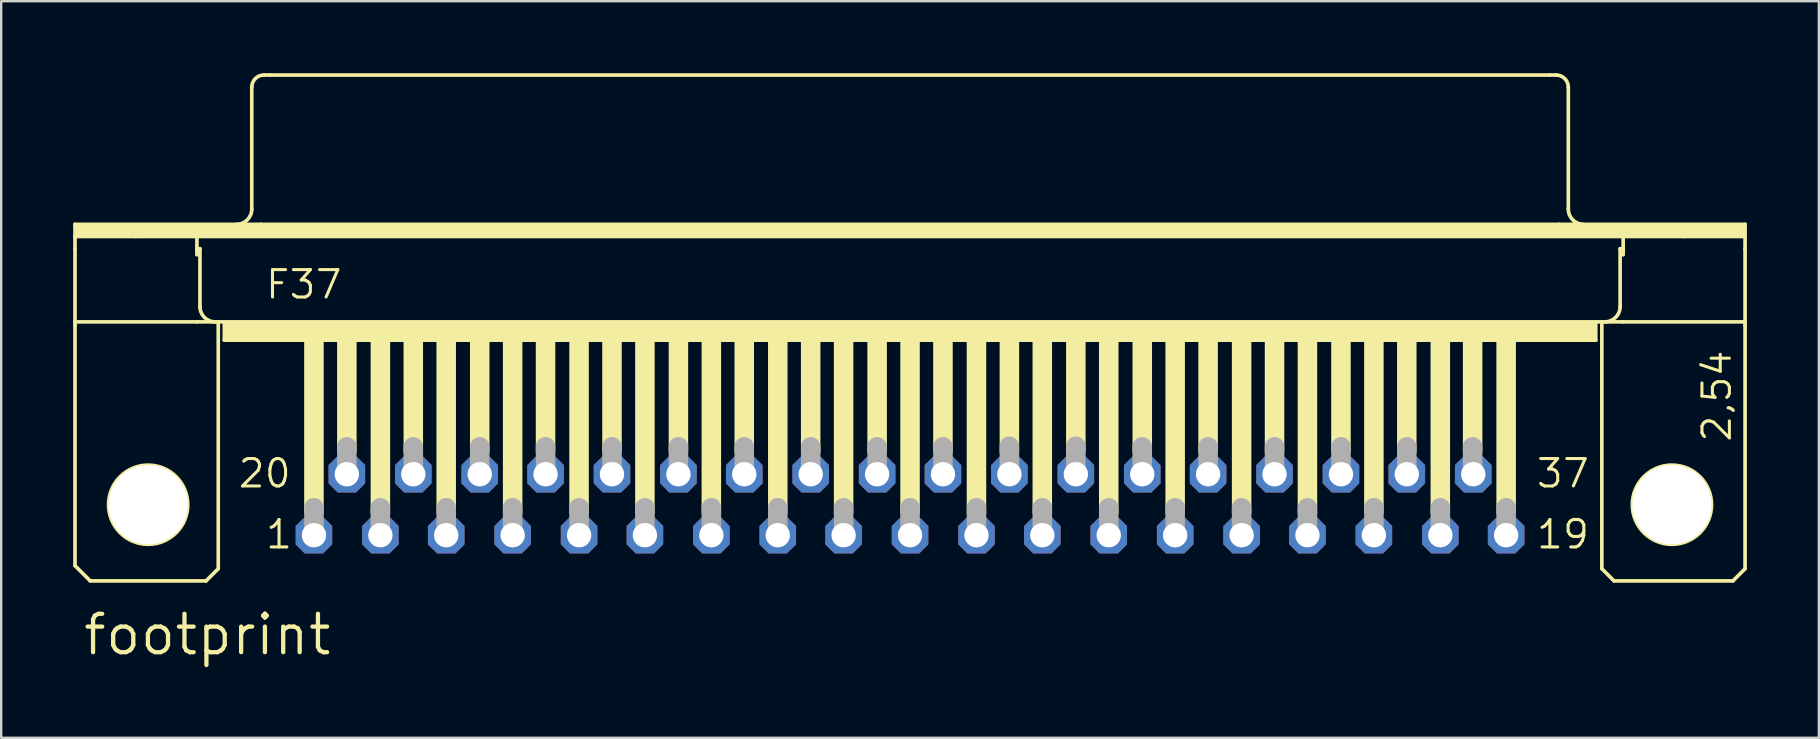
<source format=kicad_pcb>
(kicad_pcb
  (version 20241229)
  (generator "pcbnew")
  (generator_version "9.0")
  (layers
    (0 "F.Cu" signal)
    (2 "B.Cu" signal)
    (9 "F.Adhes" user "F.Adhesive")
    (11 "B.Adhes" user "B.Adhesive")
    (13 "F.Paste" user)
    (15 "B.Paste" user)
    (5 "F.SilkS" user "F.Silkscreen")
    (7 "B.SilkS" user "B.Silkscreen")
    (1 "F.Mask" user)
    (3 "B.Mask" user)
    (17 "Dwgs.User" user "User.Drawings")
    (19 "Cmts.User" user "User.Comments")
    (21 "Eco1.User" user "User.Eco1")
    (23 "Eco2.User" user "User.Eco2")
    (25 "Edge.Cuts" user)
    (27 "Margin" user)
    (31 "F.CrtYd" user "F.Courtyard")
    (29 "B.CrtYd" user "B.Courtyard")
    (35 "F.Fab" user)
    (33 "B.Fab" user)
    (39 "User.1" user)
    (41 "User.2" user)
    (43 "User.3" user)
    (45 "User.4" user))
  (footprint "footprint"
    (layer "F.Cu")
    (at 34.874 17.983)
    (property "Reference" "footprint" (at -34.544 6.35 0) (layer "F.SilkS") (effects (font (size 1.6 1.6) (thickness 0.178)) (justify left bottom)))
    (fp_line (start -34.798 -11.684) (end -27.051 -11.684) (stroke (width 0.152) (type solid)) (layer "F.SilkS"))
    (fp_line (start -34.798 -11.176) (end -34.798 -11.684) (stroke (width 0.152) (type solid)) (layer "F.SilkS"))
    (fp_line (start -34.798 -11.176) (end -32.258 -11.176) (stroke (width 0.152) (type solid)) (layer "F.SilkS"))
    (fp_line (start -34.798 -10.668) (end -34.798 -11.176) (stroke (width 0.152) (type solid)) (layer "F.SilkS"))
    (fp_line (start -34.798 -7.62) (end -34.798 -10.668) (stroke (width 0.152) (type solid)) (layer "F.SilkS"))
    (fp_line (start -34.798 -7.62) (end -34.798 -7.493) (stroke (width 0.152) (type solid)) (layer "F.SilkS"))
    (fp_line (start -34.798 -7.62) (end -29.718 -7.62) (stroke (width 0.152) (type solid)) (layer "F.SilkS"))
    (fp_line (start -34.798 2.54) (end -34.798 -7.493) (stroke (width 0.152) (type solid)) (layer "F.SilkS"))
    (fp_line (start -34.163 3.175) (end -34.798 2.54) (stroke (width 0.152) (type solid)) (layer "F.SilkS"))
    (fp_line (start -32.258 -11.176) (end -29.718 -11.176) (stroke (width 0.152) (type solid)) (layer "F.SilkS"))
    (fp_line (start -29.718 -11.176) (end 29.718 -11.176) (stroke (width 0.152) (type solid)) (layer "F.SilkS"))
    (fp_line (start -29.718 -10.668) (end -29.718 -11.176) (stroke (width 0.152) (type solid)) (layer "F.SilkS"))
    (fp_line (start -29.718 -10.668) (end -29.591 -10.668) (stroke (width 0.152) (type solid)) (layer "F.SilkS"))
    (fp_line (start -29.718 -10.414) (end -29.718 -10.668) (stroke (width 0.152) (type solid)) (layer "F.SilkS"))
    (fp_line (start -29.718 -7.62) (end -28.829 -7.62) (stroke (width 0.152) (type solid)) (layer "F.SilkS"))
    (fp_line (start -29.591 -8.255) (end -29.591 -10.668) (stroke (width 0.152) (type solid)) (layer "F.SilkS"))
    (fp_line (start -29.337 3.175) (end -34.163 3.175) (stroke (width 0.152) (type solid)) (layer "F.SilkS"))
    (fp_line (start -29.337 3.175) (end -28.829 2.667) (stroke (width 0.152) (type solid)) (layer "F.SilkS"))
    (fp_line (start -28.829 -7.62) (end -28.575 -7.62) (stroke (width 0.152) (type solid)) (layer "F.SilkS"))
    (fp_line (start -28.829 2.667) (end -28.829 -7.62) (stroke (width 0.152) (type solid)) (layer "F.SilkS"))
    (fp_line (start -28.575 -7.62) (end -28.575 -6.858) (stroke (width 0.152) (type solid)) (layer "F.SilkS"))
    (fp_line (start -28.575 -7.62) (end 28.575 -7.62) (stroke (width 0.152) (type solid)) (layer "F.SilkS"))
    (fp_line (start -28.575 -6.858) (end 28.575 -6.858) (stroke (width 0.152) (type solid)) (layer "F.SilkS"))
    (fp_line (start -27.432 -12.319) (end -27.432 -17.399) (stroke (width 0.152) (type solid)) (layer "F.SilkS"))
    (fp_line (start -27.051 -11.684) (end 27.051 -11.684) (stroke (width 0.152) (type solid)) (layer "F.SilkS"))
    (fp_line (start -26.924 -17.907) (end -26.67 -17.907) (stroke (width 0.152) (type solid)) (layer "F.SilkS"))
    (fp_line (start -26.67 -17.907) (end 26.67 -17.907) (stroke (width 0.152) (type solid)) (layer "F.SilkS"))
    (fp_line (start 26.67 -17.907) (end 26.924 -17.907) (stroke (width 0.152) (type solid)) (layer "F.SilkS"))
    (fp_line (start 27.051 -11.684) (end 34.798 -11.684) (stroke (width 0.152) (type solid)) (layer "F.SilkS"))
    (fp_line (start 27.432 -12.319) (end 27.432 -17.399) (stroke (width 0.152) (type solid)) (layer "F.SilkS"))
    (fp_line (start 28.575 -7.62) (end 28.575 -6.858) (stroke (width 0.152) (type solid)) (layer "F.SilkS"))
    (fp_line (start 28.575 -7.62) (end 28.829 -7.62) (stroke (width 0.152) (type solid)) (layer "F.SilkS"))
    (fp_line (start 28.829 -7.62) (end 29.718 -7.62) (stroke (width 0.152) (type solid)) (layer "F.SilkS"))
    (fp_line (start 28.829 2.667) (end 28.829 -7.62) (stroke (width 0.152) (type solid)) (layer "F.SilkS"))
    (fp_line (start 28.829 2.667) (end 29.337 3.175) (stroke (width 0.152) (type solid)) (layer "F.SilkS"))
    (fp_line (start 29.337 3.175) (end 34.29 3.175) (stroke (width 0.152) (type solid)) (layer "F.SilkS"))
    (fp_line (start 29.591 -10.668) (end 29.718 -10.668) (stroke (width 0.152) (type solid)) (layer "F.SilkS"))
    (fp_line (start 29.591 -8.255) (end 29.591 -10.668) (stroke (width 0.152) (type solid)) (layer "F.SilkS"))
    (fp_line (start 29.718 -11.176) (end 32.258 -11.176) (stroke (width 0.152) (type solid)) (layer "F.SilkS"))
    (fp_line (start 29.718 -10.668) (end 29.718 -11.176) (stroke (width 0.152) (type solid)) (layer "F.SilkS"))
    (fp_line (start 29.718 -10.414) (end 29.718 -10.668) (stroke (width 0.152) (type solid)) (layer "F.SilkS"))
    (fp_line (start 29.718 -7.62) (end 34.798 -7.62) (stroke (width 0.152) (type solid)) (layer "F.SilkS"))
    (fp_line (start 32.258 -11.176) (end 34.798 -11.176) (stroke (width 0.152) (type solid)) (layer "F.SilkS"))
    (fp_line (start 34.29 3.175) (end 34.798 2.667) (stroke (width 0.152) (type solid)) (layer "F.SilkS"))
    (fp_line (start 34.798 -11.684) (end 34.798 -11.176) (stroke (width 0.152) (type solid)) (layer "F.SilkS"))
    (fp_line (start 34.798 -11.176) (end 34.798 -10.668) (stroke (width 0.152) (type solid)) (layer "F.SilkS"))
    (fp_line (start 34.798 -10.668) (end 34.798 -7.62) (stroke (width 0.152) (type solid)) (layer "F.SilkS"))
    (fp_line (start 34.798 -7.62) (end 34.798 -7.493) (stroke (width 0.152) (type solid)) (layer "F.SilkS"))
    (fp_line (start 34.798 2.667) (end 34.798 -7.493) (stroke (width 0.152) (type solid)) (layer "F.SilkS"))
    (fp_arc (start -28.956 -7.62) (mid -29.405013 -7.805987) (end -29.591 -8.255) (stroke (width 0.1524) (type solid)) (layer "F.SilkS"))
    (fp_arc (start -27.432 -17.399) (mid -27.28321 -17.75821) (end -26.924 -17.907) (stroke (width 0.1524) (type solid)) (layer "F.SilkS"))
    (fp_arc (start -27.432 -12.319) (mid -27.617987 -11.869987) (end -28.067 -11.684) (stroke (width 0.1524) (type solid)) (layer "F.SilkS"))
    (fp_arc (start 26.924 -17.907) (mid 27.28321 -17.75821) (end 27.432 -17.399) (stroke (width 0.1524) (type solid)) (layer "F.SilkS"))
    (fp_arc (start 28.067 -11.684) (mid 27.617987 -11.869987) (end 27.432 -12.319) (stroke (width 0.1524) (type solid)) (layer "F.SilkS"))
    (fp_arc (start 29.591 -8.255) (mid 29.405013 -7.805987) (end 28.956 -7.62) (stroke (width 0.1524) (type solid)) (layer "F.SilkS"))
    (fp_circle (center -31.75 0) (end -30.099 0) (stroke (width 0.152) (type solid)) (fill no) (layer "F.SilkS"))
    (fp_circle (center 31.75 0) (end 33.401 0) (stroke (width 0.152) (type solid)) (fill no) (layer "F.SilkS"))
    (fp_poly (pts (xy -34.798 -11.176) (xy 34.798 -11.176) (xy 34.798 -11.684) (xy -34.798 -11.684)) (stroke (width 0) (type solid)) (fill yes) (layer "F.SilkS"))
    (fp_poly (pts (xy -28.575 -6.858) (xy 28.575 -6.858) (xy 28.575 -7.62) (xy -28.575 -7.62)) (stroke (width 0) (type solid)) (fill yes) (layer "F.SilkS"))
    (fp_poly (pts (xy -25.248 0.381) (xy -24.435 0.381) (xy -24.435 -6.858) (xy -25.248 -6.858)) (stroke (width 0) (type solid)) (fill yes) (layer "F.SilkS"))
    (fp_poly (pts (xy -23.876 -2.159) (xy -23.063 -2.159) (xy -23.063 -6.858) (xy -23.876 -6.858)) (stroke (width 0) (type solid)) (fill yes) (layer "F.SilkS"))
    (fp_poly (pts (xy -22.479 0.381) (xy -21.666 0.381) (xy -21.666 -6.858) (xy -22.479 -6.858)) (stroke (width 0) (type solid)) (fill yes) (layer "F.SilkS"))
    (fp_poly (pts (xy -21.107 -2.159) (xy -20.295 -2.159) (xy -20.295 -6.858) (xy -21.107 -6.858)) (stroke (width 0) (type solid)) (fill yes) (layer "F.SilkS"))
    (fp_poly (pts (xy -19.736 0.381) (xy -18.923 0.381) (xy -18.923 -6.858) (xy -19.736 -6.858)) (stroke (width 0) (type solid)) (fill yes) (layer "F.SilkS"))
    (fp_poly (pts (xy -18.339 -2.159) (xy -17.526 -2.159) (xy -17.526 -6.858) (xy -18.339 -6.858)) (stroke (width 0) (type solid)) (fill yes) (layer "F.SilkS"))
    (fp_poly (pts (xy -16.967 0.381) (xy -16.154 0.381) (xy -16.154 -6.858) (xy -16.967 -6.858)) (stroke (width 0) (type solid)) (fill yes) (layer "F.SilkS"))
    (fp_poly (pts (xy -15.596 -2.159) (xy -14.783 -2.159) (xy -14.783 -6.858) (xy -15.596 -6.858)) (stroke (width 0) (type solid)) (fill yes) (layer "F.SilkS"))
    (fp_poly (pts (xy -14.199 0.381) (xy -13.386 0.381) (xy -13.386 -6.858) (xy -14.199 -6.858)) (stroke (width 0) (type solid)) (fill yes) (layer "F.SilkS"))
    (fp_poly (pts (xy -12.827 -2.159) (xy -12.014 -2.159) (xy -12.014 -6.858) (xy -12.827 -6.858)) (stroke (width 0) (type solid)) (fill yes) (layer "F.SilkS"))
    (fp_poly (pts (xy -11.455 0.381) (xy -10.643 0.381) (xy -10.643 -6.858) (xy -11.455 -6.858)) (stroke (width 0) (type solid)) (fill yes) (layer "F.SilkS"))
    (fp_poly (pts (xy -10.058 -2.159) (xy -9.246 -2.159) (xy -9.246 -6.858) (xy -10.058 -6.858)) (stroke (width 0) (type solid)) (fill yes) (layer "F.SilkS"))
    (fp_poly (pts (xy -8.687 0.381) (xy -7.874 0.381) (xy -7.874 -6.858) (xy -8.687 -6.858)) (stroke (width 0) (type solid)) (fill yes) (layer "F.SilkS"))
    (fp_poly (pts (xy -7.315 -2.159) (xy -6.502 -2.159) (xy -6.502 -6.858) (xy -7.315 -6.858)) (stroke (width 0) (type solid)) (fill yes) (layer "F.SilkS"))
    (fp_poly (pts (xy -5.918 0.381) (xy -5.105 0.381) (xy -5.105 -6.858) (xy -5.918 -6.858)) (stroke (width 0) (type solid)) (fill yes) (layer "F.SilkS"))
    (fp_poly (pts (xy -4.547 -2.159) (xy -3.734 -2.159) (xy -3.734 -6.858) (xy -4.547 -6.858)) (stroke (width 0) (type solid)) (fill yes) (layer "F.SilkS"))
    (fp_poly (pts (xy -3.175 0.381) (xy -2.362 0.381) (xy -2.362 -6.858) (xy -3.175 -6.858)) (stroke (width 0) (type solid)) (fill yes) (layer "F.SilkS"))
    (fp_poly (pts (xy -1.778 -2.159) (xy -0.965 -2.159) (xy -0.965 -6.858) (xy -1.778 -6.858)) (stroke (width 0) (type solid)) (fill yes) (layer "F.SilkS"))
    (fp_poly (pts (xy -0.406 0.381) (xy 0.406 0.381) (xy 0.406 -6.858) (xy -0.406 -6.858)) (stroke (width 0) (type solid)) (fill yes) (layer "F.SilkS"))
    (fp_poly (pts (xy 0.965 -2.159) (xy 1.778 -2.159) (xy 1.778 -6.858) (xy 0.965 -6.858)) (stroke (width 0) (type solid)) (fill yes) (layer "F.SilkS"))
    (fp_poly (pts (xy 2.362 0.381) (xy 3.175 0.381) (xy 3.175 -6.858) (xy 2.362 -6.858)) (stroke (width 0) (type solid)) (fill yes) (layer "F.SilkS"))
    (fp_poly (pts (xy 3.734 -2.159) (xy 4.547 -2.159) (xy 4.547 -6.858) (xy 3.734 -6.858)) (stroke (width 0) (type solid)) (fill yes) (layer "F.SilkS"))
    (fp_poly (pts (xy 5.105 0.381) (xy 5.918 0.381) (xy 5.918 -6.858) (xy 5.105 -6.858)) (stroke (width 0) (type solid)) (fill yes) (layer "F.SilkS"))
    (fp_poly (pts (xy 6.502 -2.159) (xy 7.315 -2.159) (xy 7.315 -6.858) (xy 6.502 -6.858)) (stroke (width 0) (type solid)) (fill yes) (layer "F.SilkS"))
    (fp_poly (pts (xy 7.874 0.381) (xy 8.687 0.381) (xy 8.687 -6.858) (xy 7.874 -6.858)) (stroke (width 0) (type solid)) (fill yes) (layer "F.SilkS"))
    (fp_poly (pts (xy 9.271 -2.159) (xy 10.084 -2.159) (xy 10.084 -6.858) (xy 9.271 -6.858)) (stroke (width 0) (type solid)) (fill yes) (layer "F.SilkS"))
    (fp_poly (pts (xy 10.643 0.381) (xy 11.455 0.381) (xy 11.455 -6.858) (xy 10.643 -6.858)) (stroke (width 0) (type solid)) (fill yes) (layer "F.SilkS"))
    (fp_poly (pts (xy 12.014 -2.159) (xy 12.827 -2.159) (xy 12.827 -6.858) (xy 12.014 -6.858)) (stroke (width 0) (type solid)) (fill yes) (layer "F.SilkS"))
    (fp_poly (pts (xy 13.411 0.381) (xy 14.224 0.381) (xy 14.224 -6.858) (xy 13.411 -6.858)) (stroke (width 0) (type solid)) (fill yes) (layer "F.SilkS"))
    (fp_poly (pts (xy 14.783 -2.159) (xy 15.596 -2.159) (xy 15.596 -6.858) (xy 14.783 -6.858)) (stroke (width 0) (type solid)) (fill yes) (layer "F.SilkS"))
    (fp_poly (pts (xy 16.154 0.381) (xy 16.967 0.381) (xy 16.967 -6.858) (xy 16.154 -6.858)) (stroke (width 0) (type solid)) (fill yes) (layer "F.SilkS"))
    (fp_poly (pts (xy 17.551 -2.159) (xy 18.364 -2.159) (xy 18.364 -6.858) (xy 17.551 -6.858)) (stroke (width 0) (type solid)) (fill yes) (layer "F.SilkS"))
    (fp_poly (pts (xy 18.923 0.381) (xy 19.736 0.381) (xy 19.736 -6.858) (xy 18.923 -6.858)) (stroke (width 0) (type solid)) (fill yes) (layer "F.SilkS"))
    (fp_poly (pts (xy 20.295 -2.159) (xy 21.107 -2.159) (xy 21.107 -6.858) (xy 20.295 -6.858)) (stroke (width 0) (type solid)) (fill yes) (layer "F.SilkS"))
    (fp_poly (pts (xy 21.692 0.381) (xy 22.504 0.381) (xy 22.504 -6.858) (xy 21.692 -6.858)) (stroke (width 0) (type solid)) (fill yes) (layer "F.SilkS"))
    (fp_poly (pts (xy 23.038 -2.159) (xy 23.851 -2.159) (xy 23.851 -6.858) (xy 23.038 -6.858)) (stroke (width 0) (type solid)) (fill yes) (layer "F.SilkS"))
    (fp_poly (pts (xy 24.435 0.381) (xy 25.248 0.381) (xy 25.248 -6.858) (xy 24.435 -6.858)) (stroke (width 0) (type solid)) (fill yes) (layer "F.SilkS"))
    (fp_line (start -24.841 1.143) (end -24.841 0.127) (stroke (width 0.813) (type solid)) (layer "F.Fab"))
    (fp_line (start -23.47 -1.397) (end -23.47 -2.413) (stroke (width 0.813) (type solid)) (layer "F.Fab"))
    (fp_line (start -22.073 1.143) (end -22.073 0.127) (stroke (width 0.813) (type solid)) (layer "F.Fab"))
    (fp_line (start -20.701 -1.397) (end -20.701 -2.413) (stroke (width 0.813) (type solid)) (layer "F.Fab"))
    (fp_line (start -19.329 1.143) (end -19.329 0.127) (stroke (width 0.813) (type solid)) (layer "F.Fab"))
    (fp_line (start -17.932 -1.397) (end -17.932 -2.413) (stroke (width 0.813) (type solid)) (layer "F.Fab"))
    (fp_line (start -16.561 1.143) (end -16.561 0.127) (stroke (width 0.813) (type solid)) (layer "F.Fab"))
    (fp_line (start -15.189 -1.397) (end -15.189 -2.413) (stroke (width 0.813) (type solid)) (layer "F.Fab"))
    (fp_line (start -13.792 1.143) (end -13.792 0.127) (stroke (width 0.813) (type solid)) (layer "F.Fab"))
    (fp_line (start -12.421 -1.397) (end -12.421 -2.413) (stroke (width 0.813) (type solid)) (layer "F.Fab"))
    (fp_line (start -11.049 1.143) (end -11.049 0.127) (stroke (width 0.813) (type solid)) (layer "F.Fab"))
    (fp_line (start -9.652 -1.397) (end -9.652 -2.413) (stroke (width 0.813) (type solid)) (layer "F.Fab"))
    (fp_line (start -8.28 1.143) (end -8.28 0.127) (stroke (width 0.813) (type solid)) (layer "F.Fab"))
    (fp_line (start -6.909 -1.397) (end -6.909 -2.413) (stroke (width 0.813) (type solid)) (layer "F.Fab"))
    (fp_line (start -5.512 1.143) (end -5.512 0.127) (stroke (width 0.813) (type solid)) (layer "F.Fab"))
    (fp_line (start -4.14 -1.397) (end -4.14 -2.413) (stroke (width 0.813) (type solid)) (layer "F.Fab"))
    (fp_line (start -2.769 1.143) (end -2.769 0.127) (stroke (width 0.813) (type solid)) (layer "F.Fab"))
    (fp_line (start -1.372 -1.397) (end -1.372 -2.413) (stroke (width 0.813) (type solid)) (layer "F.Fab"))
    (fp_line (start 0 1.143) (end 0 0.127) (stroke (width 0.813) (type solid)) (layer "F.Fab"))
    (fp_line (start 1.372 -1.397) (end 1.372 -2.413) (stroke (width 0.813) (type solid)) (layer "F.Fab"))
    (fp_line (start 2.769 1.143) (end 2.769 0.127) (stroke (width 0.813) (type solid)) (layer "F.Fab"))
    (fp_line (start 4.14 -1.422) (end 4.14 -2.438) (stroke (width 0.813) (type solid)) (layer "F.Fab"))
    (fp_line (start 5.512 1.143) (end 5.512 0.127) (stroke (width 0.813) (type solid)) (layer "F.Fab"))
    (fp_line (start 6.909 -1.422) (end 6.909 -2.438) (stroke (width 0.813) (type solid)) (layer "F.Fab"))
    (fp_line (start 8.28 1.143) (end 8.28 0.127) (stroke (width 0.813) (type solid)) (layer "F.Fab"))
    (fp_line (start 9.677 -1.397) (end 9.677 -2.413) (stroke (width 0.813) (type solid)) (layer "F.Fab"))
    (fp_line (start 11.049 1.143) (end 11.049 0.127) (stroke (width 0.813) (type solid)) (layer "F.Fab"))
    (fp_line (start 12.421 -1.397) (end 12.421 -2.413) (stroke (width 0.813) (type solid)) (layer "F.Fab"))
    (fp_line (start 13.818 1.143) (end 13.818 0.127) (stroke (width 0.813) (type solid)) (layer "F.Fab"))
    (fp_line (start 15.189 -1.397) (end 15.189 -2.413) (stroke (width 0.813) (type solid)) (layer "F.Fab"))
    (fp_line (start 16.561 1.143) (end 16.561 0.127) (stroke (width 0.813) (type solid)) (layer "F.Fab"))
    (fp_line (start 17.958 -1.397) (end 17.958 -2.413) (stroke (width 0.813) (type solid)) (layer "F.Fab"))
    (fp_line (start 19.329 1.143) (end 19.329 0.127) (stroke (width 0.813) (type solid)) (layer "F.Fab"))
    (fp_line (start 20.701 -1.397) (end 20.701 -2.413) (stroke (width 0.813) (type solid)) (layer "F.Fab"))
    (fp_line (start 22.098 1.143) (end 22.098 0.127) (stroke (width 0.813) (type solid)) (layer "F.Fab"))
    (fp_line (start 23.444 -1.397) (end 23.444 -2.413) (stroke (width 0.813) (type solid)) (layer "F.Fab"))
    (fp_line (start 24.841 1.143) (end 24.841 0.127) (stroke (width 0.813) (type solid)) (layer "F.Fab"))
    (fp_text user "20" (at -28.067 -0.635 0) (layer "F.SilkS") (effects (font (size 1.143 1.143) (thickness 0.127)) (justify left bottom)))
    (fp_text user "19" (at 26.035 1.905 0) (layer "F.SilkS") (effects (font (size 1.143 1.143) (thickness 0.127)) (justify left bottom)))
    (fp_text user "1" (at -26.924 1.905 0) (layer "F.SilkS") (effects (font (size 1.143 1.143) (thickness 0.127)) (justify left bottom)))
    (fp_text user "37" (at 26.035 -0.635 0) (layer "F.SilkS") (effects (font (size 1.143 1.143) (thickness 0.127)) (justify left bottom)))
    (fp_text user "2,54" (at 34.29 -2.54 90) (layer "F.SilkS") (effects (font (size 1.143 1.143) (thickness 0.127)) (justify left bottom)))
    (fp_text user "F37" (at -26.924 -8.509 0) (layer "F.SilkS") (effects (font (size 1.143 1.143) (thickness 0.127)) (justify left bottom)))
    (pad "" np_thru_hole circle (at -31.75 0) (size 3.302 3.302) (drill 3.302) (layers "*.Cu" "*.Mask"))
    (pad "" np_thru_hole circle (at 31.75 0) (size 3.302 3.302) (drill 3.302) (layers "*.Cu" "*.Mask"))
    (pad "1" thru_hole roundrect (at -24.841 1.27) (size 1.524 1.524) (drill 1.016) (layers "*.Cu" "*.Mask") (roundrect_rratio 0.25) (chamfer_ratio 0.25) (chamfer top_left top_right bottom_left bottom_right))
    (pad "2" thru_hole roundrect (at -22.073 1.27) (size 1.524 1.524) (drill 1.016) (layers "*.Cu" "*.Mask") (roundrect_rratio 0.25) (chamfer_ratio 0.25) (chamfer top_left top_right bottom_left bottom_right))
    (pad "3" thru_hole roundrect (at -19.329 1.27) (size 1.524 1.524) (drill 1.016) (layers "*.Cu" "*.Mask") (roundrect_rratio 0.25) (chamfer_ratio 0.25) (chamfer top_left top_right bottom_left bottom_right))
    (pad "4" thru_hole roundrect (at -16.561 1.27) (size 1.524 1.524) (drill 1.016) (layers "*.Cu" "*.Mask") (roundrect_rratio 0.25) (chamfer_ratio 0.25) (chamfer top_left top_right bottom_left bottom_right))
    (pad "5" thru_hole roundrect (at -13.792 1.27) (size 1.524 1.524) (drill 1.016) (layers "*.Cu" "*.Mask") (roundrect_rratio 0.25) (chamfer_ratio 0.25) (chamfer top_left top_right bottom_left bottom_right))
    (pad "6" thru_hole roundrect (at -11.049 1.27) (size 1.524 1.524) (drill 1.016) (layers "*.Cu" "*.Mask") (roundrect_rratio 0.25) (chamfer_ratio 0.25) (chamfer top_left top_right bottom_left bottom_right))
    (pad "7" thru_hole roundrect (at -8.28 1.27) (size 1.524 1.524) (drill 1.016) (layers "*.Cu" "*.Mask") (roundrect_rratio 0.25) (chamfer_ratio 0.25) (chamfer top_left top_right bottom_left bottom_right))
    (pad "8" thru_hole roundrect (at -5.512 1.27) (size 1.524 1.524) (drill 1.016) (layers "*.Cu" "*.Mask") (roundrect_rratio 0.25) (chamfer_ratio 0.25) (chamfer top_left top_right bottom_left bottom_right))
    (pad "9" thru_hole roundrect (at -2.769 1.27) (size 1.524 1.524) (drill 1.016) (layers "*.Cu" "*.Mask") (roundrect_rratio 0.25) (chamfer_ratio 0.25) (chamfer top_left top_right bottom_left bottom_right))
    (pad "10" thru_hole roundrect (at 0 1.27) (size 1.524 1.524) (drill 1.016) (layers "*.Cu" "*.Mask") (roundrect_rratio 0.25) (chamfer_ratio 0.25) (chamfer top_left top_right bottom_left bottom_right))
    (pad "11" thru_hole roundrect (at 2.769 1.27) (size 1.524 1.524) (drill 1.016) (layers "*.Cu" "*.Mask") (roundrect_rratio 0.25) (chamfer_ratio 0.25) (chamfer top_left top_right bottom_left bottom_right))
    (pad "12" thru_hole roundrect (at 5.512 1.27) (size 1.524 1.524) (drill 1.016) (layers "*.Cu" "*.Mask") (roundrect_rratio 0.25) (chamfer_ratio 0.25) (chamfer top_left top_right bottom_left bottom_right))
    (pad "13" thru_hole roundrect (at 8.28 1.27) (size 1.524 1.524) (drill 1.016) (layers "*.Cu" "*.Mask") (roundrect_rratio 0.25) (chamfer_ratio 0.25) (chamfer top_left top_right bottom_left bottom_right))
    (pad "14" thru_hole roundrect (at 11.049 1.27) (size 1.524 1.524) (drill 1.016) (layers "*.Cu" "*.Mask") (roundrect_rratio 0.25) (chamfer_ratio 0.25) (chamfer top_left top_right bottom_left bottom_right))
    (pad "15" thru_hole roundrect (at 13.818 1.27) (size 1.524 1.524) (drill 1.016) (layers "*.Cu" "*.Mask") (roundrect_rratio 0.25) (chamfer_ratio 0.25) (chamfer top_left top_right bottom_left bottom_right))
    (pad "16" thru_hole roundrect (at 16.561 1.27) (size 1.524 1.524) (drill 1.016) (layers "*.Cu" "*.Mask") (roundrect_rratio 0.25) (chamfer_ratio 0.25) (chamfer top_left top_right bottom_left bottom_right))
    (pad "17" thru_hole roundrect (at 19.329 1.27) (size 1.524 1.524) (drill 1.016) (layers "*.Cu" "*.Mask") (roundrect_rratio 0.25) (chamfer_ratio 0.25) (chamfer top_left top_right bottom_left bottom_right))
    (pad "18" thru_hole roundrect (at 22.098 1.27) (size 1.524 1.524) (drill 1.016) (layers "*.Cu" "*.Mask") (roundrect_rratio 0.25) (chamfer_ratio 0.25) (chamfer top_left top_right bottom_left bottom_right))
    (pad "19" thru_hole roundrect (at 24.841 1.27) (size 1.524 1.524) (drill 1.016) (layers "*.Cu" "*.Mask") (roundrect_rratio 0.25) (chamfer_ratio 0.25) (chamfer top_left top_right bottom_left bottom_right))
    (pad "20" thru_hole roundrect (at -23.47 -1.27) (size 1.524 1.524) (drill 1.016) (layers "*.Cu" "*.Mask") (roundrect_rratio 0.25) (chamfer_ratio 0.25) (chamfer top_left top_right bottom_left bottom_right))
    (pad "21" thru_hole roundrect (at -20.701 -1.27) (size 1.524 1.524) (drill 1.016) (layers "*.Cu" "*.Mask") (roundrect_rratio 0.25) (chamfer_ratio 0.25) (chamfer top_left top_right bottom_left bottom_right))
    (pad "22" thru_hole roundrect (at -17.932 -1.27) (size 1.524 1.524) (drill 1.016) (layers "*.Cu" "*.Mask") (roundrect_rratio 0.25) (chamfer_ratio 0.25) (chamfer top_left top_right bottom_left bottom_right))
    (pad "23" thru_hole roundrect (at -15.189 -1.27) (size 1.524 1.524) (drill 1.016) (layers "*.Cu" "*.Mask") (roundrect_rratio 0.25) (chamfer_ratio 0.25) (chamfer top_left top_right bottom_left bottom_right))
    (pad "24" thru_hole roundrect (at -12.421 -1.27) (size 1.524 1.524) (drill 1.016) (layers "*.Cu" "*.Mask") (roundrect_rratio 0.25) (chamfer_ratio 0.25) (chamfer top_left top_right bottom_left bottom_right))
    (pad "25" thru_hole roundrect (at -9.652 -1.27) (size 1.524 1.524) (drill 1.016) (layers "*.Cu" "*.Mask") (roundrect_rratio 0.25) (chamfer_ratio 0.25) (chamfer top_left top_right bottom_left bottom_right))
    (pad "26" thru_hole roundrect (at -6.909 -1.27) (size 1.524 1.524) (drill 1.016) (layers "*.Cu" "*.Mask") (roundrect_rratio 0.25) (chamfer_ratio 0.25) (chamfer top_left top_right bottom_left bottom_right))
    (pad "27" thru_hole roundrect (at -4.14 -1.27) (size 1.524 1.524) (drill 1.016) (layers "*.Cu" "*.Mask") (roundrect_rratio 0.25) (chamfer_ratio 0.25) (chamfer top_left top_right bottom_left bottom_right))
    (pad "28" thru_hole roundrect (at -1.372 -1.27) (size 1.524 1.524) (drill 1.016) (layers "*.Cu" "*.Mask") (roundrect_rratio 0.25) (chamfer_ratio 0.25) (chamfer top_left top_right bottom_left bottom_right))
    (pad "29" thru_hole roundrect (at 1.372 -1.27) (size 1.524 1.524) (drill 1.016) (layers "*.Cu" "*.Mask") (roundrect_rratio 0.25) (chamfer_ratio 0.25) (chamfer top_left top_right bottom_left bottom_right))
    (pad "30" thru_hole roundrect (at 4.14 -1.27) (size 1.524 1.524) (drill 1.016) (layers "*.Cu" "*.Mask") (roundrect_rratio 0.25) (chamfer_ratio 0.25) (chamfer top_left top_right bottom_left bottom_right))
    (pad "31" thru_hole roundrect (at 6.909 -1.27) (size 1.524 1.524) (drill 1.016) (layers "*.Cu" "*.Mask") (roundrect_rratio 0.25) (chamfer_ratio 0.25) (chamfer top_left top_right bottom_left bottom_right))
    (pad "32" thru_hole roundrect (at 9.677 -1.27) (size 1.524 1.524) (drill 1.016) (layers "*.Cu" "*.Mask") (roundrect_rratio 0.25) (chamfer_ratio 0.25) (chamfer top_left top_right bottom_left bottom_right))
    (pad "33" thru_hole roundrect (at 12.421 -1.27) (size 1.524 1.524) (drill 1.016) (layers "*.Cu" "*.Mask") (roundrect_rratio 0.25) (chamfer_ratio 0.25) (chamfer top_left top_right bottom_left bottom_right))
    (pad "34" thru_hole roundrect (at 15.189 -1.27) (size 1.524 1.524) (drill 1.016) (layers "*.Cu" "*.Mask") (roundrect_rratio 0.25) (chamfer_ratio 0.25) (chamfer top_left top_right bottom_left bottom_right))
    (pad "35" thru_hole roundrect (at 17.958 -1.27) (size 1.524 1.524) (drill 1.016) (layers "*.Cu" "*.Mask") (roundrect_rratio 0.25) (chamfer_ratio 0.25) (chamfer top_left top_right bottom_left bottom_right))
    (pad "36" thru_hole roundrect (at 20.701 -1.27) (size 1.524 1.524) (drill 1.016) (layers "*.Cu" "*.Mask") (roundrect_rratio 0.25) (chamfer_ratio 0.25) (chamfer top_left top_right bottom_left bottom_right))
    (pad "37" thru_hole roundrect (at 23.47 -1.27) (size 1.524 1.524) (drill 1.016) (layers "*.Cu" "*.Mask") (roundrect_rratio 0.25) (chamfer_ratio 0.25) (chamfer top_left top_right bottom_left bottom_right))
    (zone (net_name "") (layers "F.Cu" "B.Cu") (hatch edge 0.508) (connect_pads) (min_thickness 0.254) (filled_areas_thickness no) (keepout (tracks allowed) (vias not_allowed) (pads allowed) (copperpour allowed) (footprints allowed)) (placement (enabled no)) (fill) (polygon (pts (xy 5.791 17.983) (xy 5.751 17.52) (xy 5.63 17.071) (xy 5.434 16.65) (xy 5.167 16.269) (xy 4.839 15.94) (xy 4.458 15.674) (xy 4.036 15.477) (xy 3.587 15.357) (xy 3.124 15.316) (xy 2.661 15.357) (xy 2.212 15.477) (xy 1.791 15.674) (xy 1.41 15.94) (xy 1.081 16.269) (xy 0.815 16.65) (xy 0.618 17.071) (xy 0.498 17.52) (xy 0.457 17.983) (xy 0.498 18.446) (xy 0.618 18.895) (xy 0.815 19.317) (xy 1.081 19.698) (xy 1.41 20.026) (xy 1.791 20.293) (xy 2.212 20.489) (xy 2.661 20.61) (xy 3.124 20.65) (xy 3.587 20.61) (xy 4.036 20.489) (xy 4.458 20.293) (xy 4.839 20.026) (xy 5.167 19.698) (xy 5.434 19.317) (xy 5.63 18.895) (xy 5.751 18.446))))
    (zone (net_name "") (layers "F.Cu" "B.Cu") (hatch edge 0.508) (connect_pads) (min_thickness 0.254) (filled_areas_thickness no) (keepout (tracks allowed) (vias not_allowed) (pads allowed) (copperpour allowed) (footprints allowed)) (placement (enabled no)) (fill) (polygon (pts (xy 69.291 17.983) (xy 69.251 17.52) (xy 69.13 17.071) (xy 68.934 16.65) (xy 68.667 16.269) (xy 68.339 15.94) (xy 67.958 15.674) (xy 67.536 15.477) (xy 67.087 15.357) (xy 66.624 15.316) (xy 66.161 15.357) (xy 65.712 15.477) (xy 65.291 15.674) (xy 64.91 15.94) (xy 64.581 16.269) (xy 64.315 16.65) (xy 64.118 17.071) (xy 63.998 17.52) (xy 63.957 17.983) (xy 63.998 18.446) (xy 64.118 18.895) (xy 64.315 19.317) (xy 64.581 19.698) (xy 64.91 20.026) (xy 65.291 20.293) (xy 65.712 20.489) (xy 66.161 20.61) (xy 66.624 20.65) (xy 67.087 20.61) (xy 67.536 20.489) (xy 67.958 20.293) (xy 68.339 20.026) (xy 68.667 19.698) (xy 68.934 19.317) (xy 69.13 18.895) (xy 69.251 18.446))))
    (zone (net_name "") (layer "B.Cu") (hatch edge 0.508) (connect_pads) (min_thickness 0.254) (filled_areas_thickness no) (keepout (tracks not_allowed) (vias not_allowed) (pads not_allowed) (copperpour not_allowed) (footprints allowed)) (placement (enabled no)) (fill) (polygon (pts (xy 5.791 17.983) (xy 5.751 17.52) (xy 5.63 17.071) (xy 5.434 16.65) (xy 5.167 16.269) (xy 4.839 15.94) (xy 4.458 15.674) (xy 4.036 15.477) (xy 3.587 15.357) (xy 3.124 15.316) (xy 2.661 15.357) (xy 2.212 15.477) (xy 1.791 15.674) (xy 1.41 15.94) (xy 1.081 16.269) (xy 0.815 16.65) (xy 0.618 17.071) (xy 0.498 17.52) (xy 0.457 17.983) (xy 0.498 18.446) (xy 0.618 18.895) (xy 0.815 19.317) (xy 1.081 19.698) (xy 1.41 20.026) (xy 1.791 20.293) (xy 2.212 20.489) (xy 2.661 20.61) (xy 3.124 20.65) (xy 3.587 20.61) (xy 4.036 20.489) (xy 4.458 20.293) (xy 4.839 20.026) (xy 5.167 19.698) (xy 5.434 19.317) (xy 5.63 18.895) (xy 5.751 18.446))))
    (zone (net_name "") (layer "B.Cu") (hatch edge 0.508) (connect_pads) (min_thickness 0.254) (filled_areas_thickness no) (keepout (tracks not_allowed) (vias not_allowed) (pads not_allowed) (copperpour not_allowed) (footprints allowed)) (placement (enabled no)) (fill) (polygon (pts (xy 69.291 17.983) (xy 69.251 17.52) (xy 69.13 17.071) (xy 68.934 16.65) (xy 68.667 16.269) (xy 68.339 15.94) (xy 67.958 15.674) (xy 67.536 15.477) (xy 67.087 15.357) (xy 66.624 15.316) (xy 66.161 15.357) (xy 65.712 15.477) (xy 65.291 15.674) (xy 64.91 15.94) (xy 64.581 16.269) (xy 64.315 16.65) (xy 64.118 17.071) (xy 63.998 17.52) (xy 63.957 17.983) (xy 63.998 18.446) (xy 64.118 18.895) (xy 64.315 19.317) (xy 64.581 19.698) (xy 64.91 20.026) (xy 65.291 20.293) (xy 65.712 20.489) (xy 66.161 20.61) (xy 66.624 20.65) (xy 67.087 20.61) (xy 67.536 20.489) (xy 67.958 20.293) (xy 68.339 20.026) (xy 68.667 19.698) (xy 68.934 19.317) (xy 69.13 18.895) (xy 69.251 18.446)))))
  (gr_rect
    (start -3 -3)
    (end 72.748 27.696)
    (stroke (width 0.1) (type default))
    (fill no)
    (layer "Edge.Cuts")))
</source>
